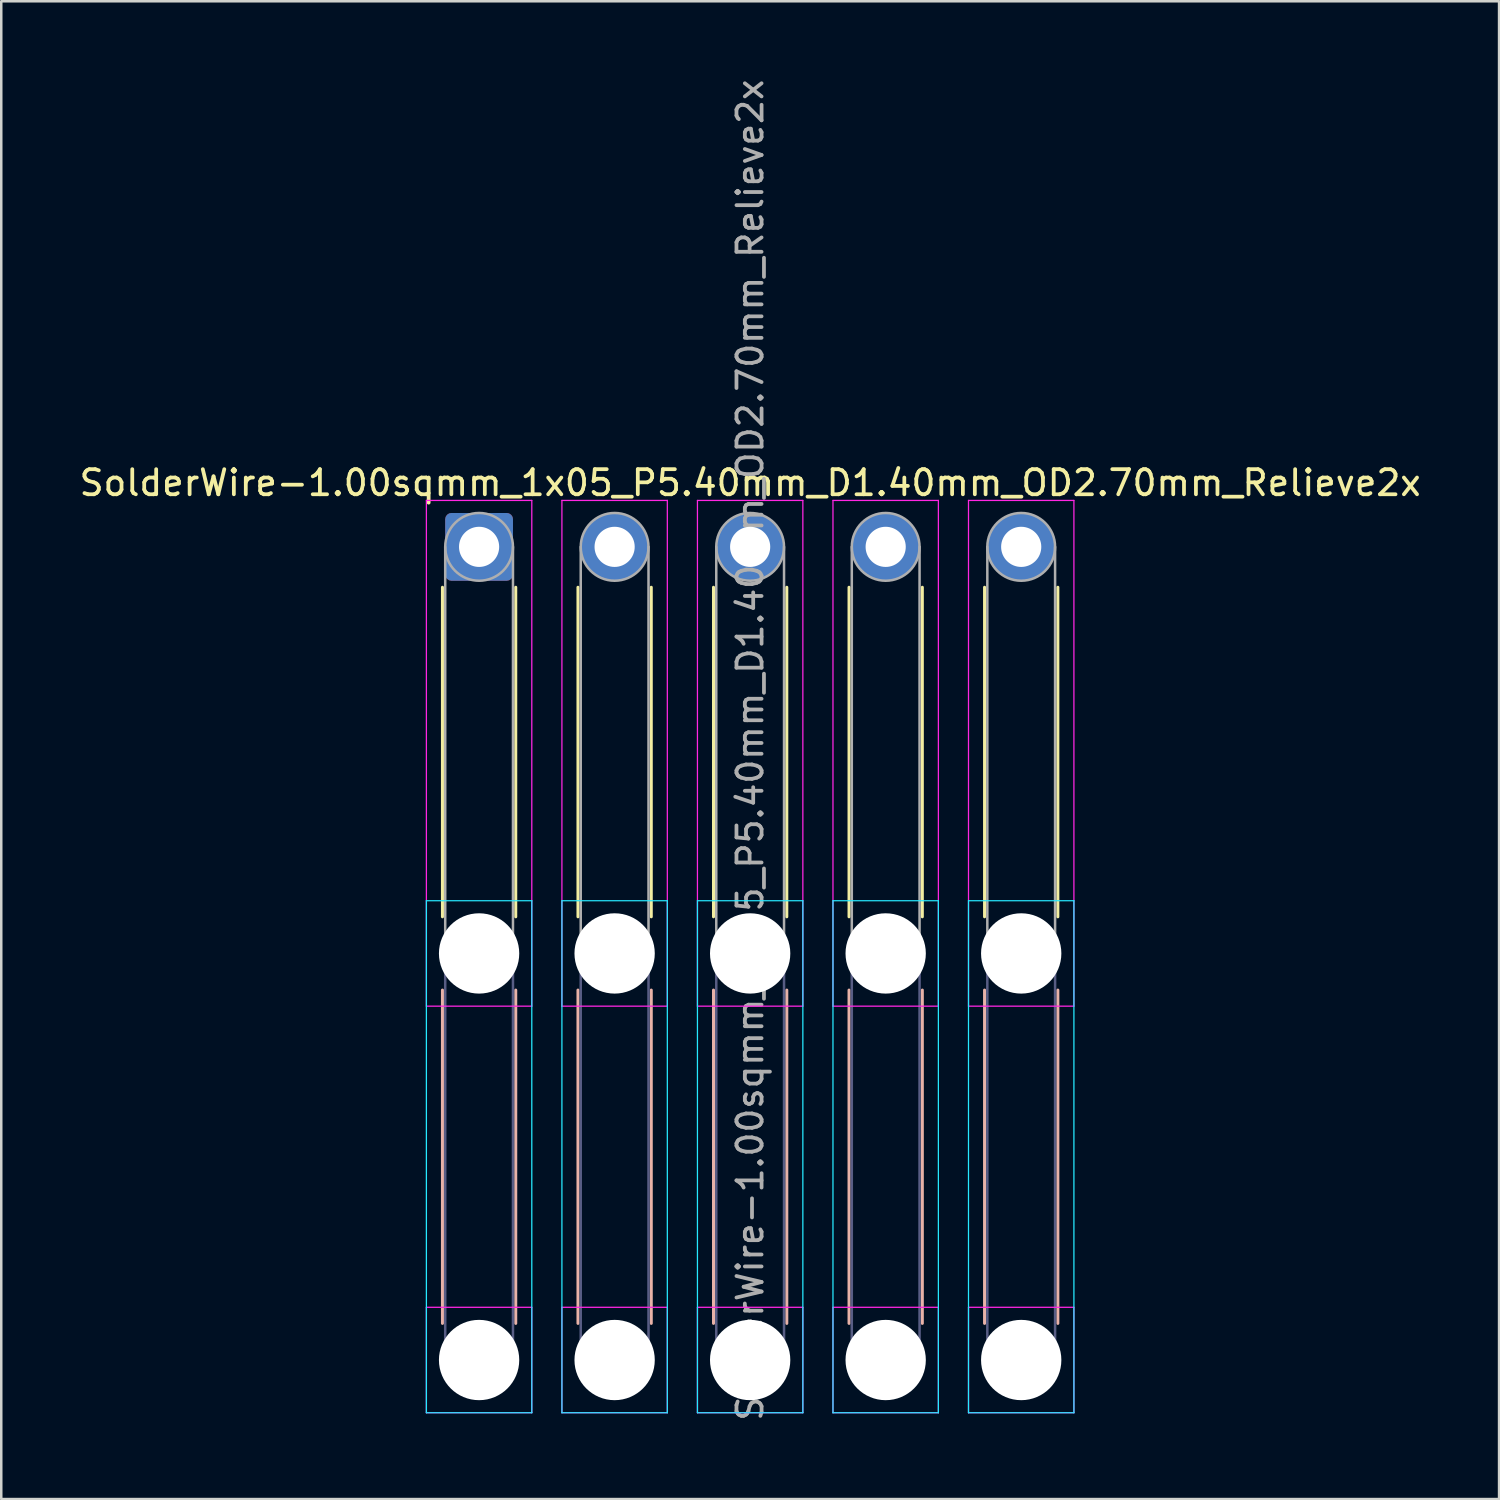
<source format=kicad_pcb>
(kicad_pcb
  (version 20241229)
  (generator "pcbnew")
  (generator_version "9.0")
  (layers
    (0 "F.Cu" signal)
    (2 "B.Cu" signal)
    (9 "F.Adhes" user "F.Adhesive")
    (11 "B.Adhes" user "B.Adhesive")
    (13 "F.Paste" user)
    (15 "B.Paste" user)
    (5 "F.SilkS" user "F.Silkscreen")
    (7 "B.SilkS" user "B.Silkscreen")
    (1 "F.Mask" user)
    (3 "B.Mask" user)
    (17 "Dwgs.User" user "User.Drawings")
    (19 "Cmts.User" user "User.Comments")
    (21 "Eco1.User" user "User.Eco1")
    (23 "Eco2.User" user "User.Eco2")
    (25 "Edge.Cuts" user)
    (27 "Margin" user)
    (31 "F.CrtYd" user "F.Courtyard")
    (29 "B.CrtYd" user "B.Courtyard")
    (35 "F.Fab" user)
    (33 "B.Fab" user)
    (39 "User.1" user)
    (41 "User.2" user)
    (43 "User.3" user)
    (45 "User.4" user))
  (footprint "SolderWire-1.00sqmm_1x05_P5.40mm_D1.40mm_OD2.70mm_Relieve2x"
    (layer "F.Cu")
    (at 16.039 18.739)
    (property "Reference" "SolderWire-1.00sqmm_1x05_P5.40mm_D1.40mm_OD2.70mm_Relieve2x" (at 10.8 -2.55 0) (layer "F.SilkS") (effects (font (size 1 1) (thickness 0.15))))
    (attr exclude_from_pos_files exclude_from_bom)
    (fp_line (start -1.46 1.61) (end -1.46 14.74) (stroke (width 0.12) (type solid)) (layer "F.SilkS"))
    (fp_line (start 1.46 1.61) (end 1.46 14.74) (stroke (width 0.12) (type solid)) (layer "F.SilkS"))
    (fp_line (start 3.94 1.61) (end 3.94 14.74) (stroke (width 0.12) (type solid)) (layer "F.SilkS"))
    (fp_line (start 6.86 1.61) (end 6.86 14.74) (stroke (width 0.12) (type solid)) (layer "F.SilkS"))
    (fp_line (start 9.34 1.61) (end 9.34 14.74) (stroke (width 0.12) (type solid)) (layer "F.SilkS"))
    (fp_line (start 12.26 1.61) (end 12.26 14.74) (stroke (width 0.12) (type solid)) (layer "F.SilkS"))
    (fp_line (start 14.74 1.61) (end 14.74 14.74) (stroke (width 0.12) (type solid)) (layer "F.SilkS"))
    (fp_line (start 17.66 1.61) (end 17.66 14.74) (stroke (width 0.12) (type solid)) (layer "F.SilkS"))
    (fp_line (start 20.14 1.61) (end 20.14 14.74) (stroke (width 0.12) (type solid)) (layer "F.SilkS"))
    (fp_line (start 23.06 1.61) (end 23.06 14.74) (stroke (width 0.12) (type solid)) (layer "F.SilkS"))
    (fp_line (start -1.46 17.66) (end -1.46 30.94) (stroke (width 0.12) (type solid)) (layer "B.SilkS"))
    (fp_line (start 1.46 17.66) (end 1.46 30.94) (stroke (width 0.12) (type solid)) (layer "B.SilkS"))
    (fp_line (start 3.94 17.66) (end 3.94 30.94) (stroke (width 0.12) (type solid)) (layer "B.SilkS"))
    (fp_line (start 6.86 17.66) (end 6.86 30.94) (stroke (width 0.12) (type solid)) (layer "B.SilkS"))
    (fp_line (start 9.34 17.66) (end 9.34 30.94) (stroke (width 0.12) (type solid)) (layer "B.SilkS"))
    (fp_line (start 12.26 17.66) (end 12.26 30.94) (stroke (width 0.12) (type solid)) (layer "B.SilkS"))
    (fp_line (start 14.74 17.66) (end 14.74 30.94) (stroke (width 0.12) (type solid)) (layer "B.SilkS"))
    (fp_line (start 17.66 17.66) (end 17.66 30.94) (stroke (width 0.12) (type solid)) (layer "B.SilkS"))
    (fp_line (start 20.14 17.66) (end 20.14 30.94) (stroke (width 0.12) (type solid)) (layer "B.SilkS"))
    (fp_line (start 23.06 17.66) (end 23.06 30.94) (stroke (width 0.12) (type solid)) (layer "B.SilkS"))
    (fp_line (start -2.1 14.1) (end -2.1 34.5) (stroke (width 0.05) (type solid)) (layer "B.CrtYd"))
    (fp_line (start -2.1 34.5) (end 2.1 34.5) (stroke (width 0.05) (type solid)) (layer "B.CrtYd"))
    (fp_line (start 2.1 14.1) (end -2.1 14.1) (stroke (width 0.05) (type solid)) (layer "B.CrtYd"))
    (fp_line (start 2.1 34.5) (end 2.1 14.1) (stroke (width 0.05) (type solid)) (layer "B.CrtYd"))
    (fp_line (start 3.3 14.1) (end 3.3 34.5) (stroke (width 0.05) (type solid)) (layer "B.CrtYd"))
    (fp_line (start 3.3 34.5) (end 7.5 34.5) (stroke (width 0.05) (type solid)) (layer "B.CrtYd"))
    (fp_line (start 7.5 14.1) (end 3.3 14.1) (stroke (width 0.05) (type solid)) (layer "B.CrtYd"))
    (fp_line (start 7.5 34.5) (end 7.5 14.1) (stroke (width 0.05) (type solid)) (layer "B.CrtYd"))
    (fp_line (start 8.7 14.1) (end 8.7 34.5) (stroke (width 0.05) (type solid)) (layer "B.CrtYd"))
    (fp_line (start 8.7 34.5) (end 12.9 34.5) (stroke (width 0.05) (type solid)) (layer "B.CrtYd"))
    (fp_line (start 12.9 14.1) (end 8.7 14.1) (stroke (width 0.05) (type solid)) (layer "B.CrtYd"))
    (fp_line (start 12.9 34.5) (end 12.9 14.1) (stroke (width 0.05) (type solid)) (layer "B.CrtYd"))
    (fp_line (start 14.1 14.1) (end 14.1 34.5) (stroke (width 0.05) (type solid)) (layer "B.CrtYd"))
    (fp_line (start 14.1 34.5) (end 18.3 34.5) (stroke (width 0.05) (type solid)) (layer "B.CrtYd"))
    (fp_line (start 18.3 14.1) (end 14.1 14.1) (stroke (width 0.05) (type solid)) (layer "B.CrtYd"))
    (fp_line (start 18.3 34.5) (end 18.3 14.1) (stroke (width 0.05) (type solid)) (layer "B.CrtYd"))
    (fp_line (start 19.5 14.1) (end 19.5 34.5) (stroke (width 0.05) (type solid)) (layer "B.CrtYd"))
    (fp_line (start 19.5 34.5) (end 23.7 34.5) (stroke (width 0.05) (type solid)) (layer "B.CrtYd"))
    (fp_line (start 23.7 14.1) (end 19.5 14.1) (stroke (width 0.05) (type solid)) (layer "B.CrtYd"))
    (fp_line (start 23.7 34.5) (end 23.7 14.1) (stroke (width 0.05) (type solid)) (layer "B.CrtYd"))
    (fp_line (start -2.1 -1.85) (end -2.1 18.3) (stroke (width 0.05) (type solid)) (layer "F.CrtYd"))
    (fp_line (start -2.1 18.3) (end 2.1 18.3) (stroke (width 0.05) (type solid)) (layer "F.CrtYd"))
    (fp_line (start -2.1 30.3) (end -2.1 34.5) (stroke (width 0.05) (type solid)) (layer "F.CrtYd"))
    (fp_line (start -2.1 34.5) (end 2.1 34.5) (stroke (width 0.05) (type solid)) (layer "F.CrtYd"))
    (fp_line (start 2.1 -1.85) (end -2.1 -1.85) (stroke (width 0.05) (type solid)) (layer "F.CrtYd"))
    (fp_line (start 2.1 18.3) (end 2.1 -1.85) (stroke (width 0.05) (type solid)) (layer "F.CrtYd"))
    (fp_line (start 2.1 30.3) (end -2.1 30.3) (stroke (width 0.05) (type solid)) (layer "F.CrtYd"))
    (fp_line (start 2.1 34.5) (end 2.1 30.3) (stroke (width 0.05) (type solid)) (layer "F.CrtYd"))
    (fp_line (start 3.3 -1.85) (end 3.3 18.3) (stroke (width 0.05) (type solid)) (layer "F.CrtYd"))
    (fp_line (start 3.3 18.3) (end 7.5 18.3) (stroke (width 0.05) (type solid)) (layer "F.CrtYd"))
    (fp_line (start 3.3 30.3) (end 3.3 34.5) (stroke (width 0.05) (type solid)) (layer "F.CrtYd"))
    (fp_line (start 3.3 34.5) (end 7.5 34.5) (stroke (width 0.05) (type solid)) (layer "F.CrtYd"))
    (fp_line (start 7.5 -1.85) (end 3.3 -1.85) (stroke (width 0.05) (type solid)) (layer "F.CrtYd"))
    (fp_line (start 7.5 18.3) (end 7.5 -1.85) (stroke (width 0.05) (type solid)) (layer "F.CrtYd"))
    (fp_line (start 7.5 30.3) (end 3.3 30.3) (stroke (width 0.05) (type solid)) (layer "F.CrtYd"))
    (fp_line (start 7.5 34.5) (end 7.5 30.3) (stroke (width 0.05) (type solid)) (layer "F.CrtYd"))
    (fp_line (start 8.7 -1.85) (end 8.7 18.3) (stroke (width 0.05) (type solid)) (layer "F.CrtYd"))
    (fp_line (start 8.7 18.3) (end 12.9 18.3) (stroke (width 0.05) (type solid)) (layer "F.CrtYd"))
    (fp_line (start 8.7 30.3) (end 8.7 34.5) (stroke (width 0.05) (type solid)) (layer "F.CrtYd"))
    (fp_line (start 8.7 34.5) (end 12.9 34.5) (stroke (width 0.05) (type solid)) (layer "F.CrtYd"))
    (fp_line (start 12.9 -1.85) (end 8.7 -1.85) (stroke (width 0.05) (type solid)) (layer "F.CrtYd"))
    (fp_line (start 12.9 18.3) (end 12.9 -1.85) (stroke (width 0.05) (type solid)) (layer "F.CrtYd"))
    (fp_line (start 12.9 30.3) (end 8.7 30.3) (stroke (width 0.05) (type solid)) (layer "F.CrtYd"))
    (fp_line (start 12.9 34.5) (end 12.9 30.3) (stroke (width 0.05) (type solid)) (layer "F.CrtYd"))
    (fp_line (start 14.1 -1.85) (end 14.1 18.3) (stroke (width 0.05) (type solid)) (layer "F.CrtYd"))
    (fp_line (start 14.1 18.3) (end 18.3 18.3) (stroke (width 0.05) (type solid)) (layer "F.CrtYd"))
    (fp_line (start 14.1 30.3) (end 14.1 34.5) (stroke (width 0.05) (type solid)) (layer "F.CrtYd"))
    (fp_line (start 14.1 34.5) (end 18.3 34.5) (stroke (width 0.05) (type solid)) (layer "F.CrtYd"))
    (fp_line (start 18.3 -1.85) (end 14.1 -1.85) (stroke (width 0.05) (type solid)) (layer "F.CrtYd"))
    (fp_line (start 18.3 18.3) (end 18.3 -1.85) (stroke (width 0.05) (type solid)) (layer "F.CrtYd"))
    (fp_line (start 18.3 30.3) (end 14.1 30.3) (stroke (width 0.05) (type solid)) (layer "F.CrtYd"))
    (fp_line (start 18.3 34.5) (end 18.3 30.3) (stroke (width 0.05) (type solid)) (layer "F.CrtYd"))
    (fp_line (start 19.5 -1.85) (end 19.5 18.3) (stroke (width 0.05) (type solid)) (layer "F.CrtYd"))
    (fp_line (start 19.5 18.3) (end 23.7 18.3) (stroke (width 0.05) (type solid)) (layer "F.CrtYd"))
    (fp_line (start 19.5 30.3) (end 19.5 34.5) (stroke (width 0.05) (type solid)) (layer "F.CrtYd"))
    (fp_line (start 19.5 34.5) (end 23.7 34.5) (stroke (width 0.05) (type solid)) (layer "F.CrtYd"))
    (fp_line (start 23.7 -1.85) (end 19.5 -1.85) (stroke (width 0.05) (type solid)) (layer "F.CrtYd"))
    (fp_line (start 23.7 18.3) (end 23.7 -1.85) (stroke (width 0.05) (type solid)) (layer "F.CrtYd"))
    (fp_line (start 23.7 30.3) (end 19.5 30.3) (stroke (width 0.05) (type solid)) (layer "F.CrtYd"))
    (fp_line (start 23.7 34.5) (end 23.7 30.3) (stroke (width 0.05) (type solid)) (layer "F.CrtYd"))
    (fp_line (start -1.35 16.2) (end -1.35 32.4) (stroke (width 0.1) (type solid)) (layer "B.Fab"))
    (fp_line (start 1.35 16.2) (end 1.35 32.4) (stroke (width 0.1) (type solid)) (layer "B.Fab"))
    (fp_line (start 4.05 16.2) (end 4.05 32.4) (stroke (width 0.1) (type solid)) (layer "B.Fab"))
    (fp_line (start 6.75 16.2) (end 6.75 32.4) (stroke (width 0.1) (type solid)) (layer "B.Fab"))
    (fp_line (start 9.45 16.2) (end 9.45 32.4) (stroke (width 0.1) (type solid)) (layer "B.Fab"))
    (fp_line (start 12.15 16.2) (end 12.15 32.4) (stroke (width 0.1) (type solid)) (layer "B.Fab"))
    (fp_line (start 14.85 16.2) (end 14.85 32.4) (stroke (width 0.1) (type solid)) (layer "B.Fab"))
    (fp_line (start 17.55 16.2) (end 17.55 32.4) (stroke (width 0.1) (type solid)) (layer "B.Fab"))
    (fp_line (start 20.25 16.2) (end 20.25 32.4) (stroke (width 0.1) (type solid)) (layer "B.Fab"))
    (fp_line (start 22.95 16.2) (end 22.95 32.4) (stroke (width 0.1) (type solid)) (layer "B.Fab"))
    (fp_circle (center 0 16.2) (end 1.35 16.2) (stroke (width 0.1) (type solid)) (fill no) (layer "B.Fab"))
    (fp_circle (center 0 32.4) (end 1.35 32.4) (stroke (width 0.1) (type solid)) (fill no) (layer "B.Fab"))
    (fp_circle (center 5.4 16.2) (end 6.75 16.2) (stroke (width 0.1) (type solid)) (fill no) (layer "B.Fab"))
    (fp_circle (center 5.4 32.4) (end 6.75 32.4) (stroke (width 0.1) (type solid)) (fill no) (layer "B.Fab"))
    (fp_circle (center 10.8 16.2) (end 12.15 16.2) (stroke (width 0.1) (type solid)) (fill no) (layer "B.Fab"))
    (fp_circle (center 10.8 32.4) (end 12.15 32.4) (stroke (width 0.1) (type solid)) (fill no) (layer "B.Fab"))
    (fp_circle (center 16.2 16.2) (end 17.55 16.2) (stroke (width 0.1) (type solid)) (fill no) (layer "B.Fab"))
    (fp_circle (center 16.2 32.4) (end 17.55 32.4) (stroke (width 0.1) (type solid)) (fill no) (layer "B.Fab"))
    (fp_circle (center 21.6 16.2) (end 22.95 16.2) (stroke (width 0.1) (type solid)) (fill no) (layer "B.Fab"))
    (fp_circle (center 21.6 32.4) (end 22.95 32.4) (stroke (width 0.1) (type solid)) (fill no) (layer "B.Fab"))
    (fp_line (start -1.35 0) (end -1.35 16.2) (stroke (width 0.1) (type solid)) (layer "F.Fab"))
    (fp_line (start 1.35 0) (end 1.35 16.2) (stroke (width 0.1) (type solid)) (layer "F.Fab"))
    (fp_line (start 4.05 0) (end 4.05 16.2) (stroke (width 0.1) (type solid)) (layer "F.Fab"))
    (fp_line (start 6.75 0) (end 6.75 16.2) (stroke (width 0.1) (type solid)) (layer "F.Fab"))
    (fp_line (start 9.45 0) (end 9.45 16.2) (stroke (width 0.1) (type solid)) (layer "F.Fab"))
    (fp_line (start 12.15 0) (end 12.15 16.2) (stroke (width 0.1) (type solid)) (layer "F.Fab"))
    (fp_line (start 14.85 0) (end 14.85 16.2) (stroke (width 0.1) (type solid)) (layer "F.Fab"))
    (fp_line (start 17.55 0) (end 17.55 16.2) (stroke (width 0.1) (type solid)) (layer "F.Fab"))
    (fp_line (start 20.25 0) (end 20.25 16.2) (stroke (width 0.1) (type solid)) (layer "F.Fab"))
    (fp_line (start 22.95 0) (end 22.95 16.2) (stroke (width 0.1) (type solid)) (layer "F.Fab"))
    (fp_circle (center 0 0) (end 1.35 0) (stroke (width 0.1) (type solid)) (fill no) (layer "F.Fab"))
    (fp_circle (center 0 16.2) (end 1.35 16.2) (stroke (width 0.1) (type solid)) (fill no) (layer "F.Fab"))
    (fp_circle (center 0 32.4) (end 1.35 32.4) (stroke (width 0.1) (type solid)) (fill no) (layer "F.Fab"))
    (fp_circle (center 5.4 0) (end 6.75 0) (stroke (width 0.1) (type solid)) (fill no) (layer "F.Fab"))
    (fp_circle (center 5.4 16.2) (end 6.75 16.2) (stroke (width 0.1) (type solid)) (fill no) (layer "F.Fab"))
    (fp_circle (center 5.4 32.4) (end 6.75 32.4) (stroke (width 0.1) (type solid)) (fill no) (layer "F.Fab"))
    (fp_circle (center 10.8 0) (end 12.15 0) (stroke (width 0.1) (type solid)) (fill no) (layer "F.Fab"))
    (fp_circle (center 10.8 16.2) (end 12.15 16.2) (stroke (width 0.1) (type solid)) (fill no) (layer "F.Fab"))
    (fp_circle (center 10.8 32.4) (end 12.15 32.4) (stroke (width 0.1) (type solid)) (fill no) (layer "F.Fab"))
    (fp_circle (center 16.2 0) (end 17.55 0) (stroke (width 0.1) (type solid)) (fill no) (layer "F.Fab"))
    (fp_circle (center 16.2 16.2) (end 17.55 16.2) (stroke (width 0.1) (type solid)) (fill no) (layer "F.Fab"))
    (fp_circle (center 16.2 32.4) (end 17.55 32.4) (stroke (width 0.1) (type solid)) (fill no) (layer "F.Fab"))
    (fp_circle (center 21.6 0) (end 22.95 0) (stroke (width 0.1) (type solid)) (fill no) (layer "F.Fab"))
    (fp_circle (center 21.6 16.2) (end 22.95 16.2) (stroke (width 0.1) (type solid)) (fill no) (layer "F.Fab"))
    (fp_circle (center 21.6 32.4) (end 22.95 32.4) (stroke (width 0.1) (type solid)) (fill no) (layer "F.Fab"))
    (fp_text user "${REFERENCE}" (at 10.8 8.1 90) (layer "F.Fab") (effects (font (size 1 1) (thickness 0.15))))
    (pad "" np_thru_hole circle (at 0 16.2) (size 3.2 3.2) (drill 3.2) (layers "*.Cu" "*.Mask"))
    (pad "" np_thru_hole circle (at 0 32.4) (size 3.2 3.2) (drill 3.2) (layers "*.Cu" "*.Mask"))
    (pad "" np_thru_hole circle (at 5.4 16.2) (size 3.2 3.2) (drill 3.2) (layers "*.Cu" "*.Mask"))
    (pad "" np_thru_hole circle (at 5.4 32.4) (size 3.2 3.2) (drill 3.2) (layers "*.Cu" "*.Mask"))
    (pad "" np_thru_hole circle (at 10.8 16.2) (size 3.2 3.2) (drill 3.2) (layers "*.Cu" "*.Mask"))
    (pad "" np_thru_hole circle (at 10.8 32.4) (size 3.2 3.2) (drill 3.2) (layers "*.Cu" "*.Mask"))
    (pad "" np_thru_hole circle (at 16.2 16.2) (size 3.2 3.2) (drill 3.2) (layers "*.Cu" "*.Mask"))
    (pad "" np_thru_hole circle (at 16.2 32.4) (size 3.2 3.2) (drill 3.2) (layers "*.Cu" "*.Mask"))
    (pad "" np_thru_hole circle (at 21.6 16.2) (size 3.2 3.2) (drill 3.2) (layers "*.Cu" "*.Mask"))
    (pad "" np_thru_hole circle (at 21.6 32.4) (size 3.2 3.2) (drill 3.2) (layers "*.Cu" "*.Mask"))
    (pad "1" thru_hole roundrect (at 0 0) (size 2.7 2.7) (drill 1.6) (layers "*.Cu" "*.Mask") (roundrect_rratio 0.093))
    (pad "2" thru_hole circle (at 5.4 0) (size 2.7 2.7) (drill 1.6) (layers "*.Cu" "*.Mask"))
    (pad "3" thru_hole circle (at 10.8 0) (size 2.7 2.7) (drill 1.6) (layers "*.Cu" "*.Mask"))
    (pad "4" thru_hole circle (at 16.2 0) (size 2.7 2.7) (drill 1.6) (layers "*.Cu" "*.Mask"))
    (pad "5" thru_hole circle (at 21.6 0) (size 2.7 2.7) (drill 1.6) (layers "*.Cu" "*.Mask")))
  (gr_rect
    (start -3 -3)
    (end 56.679 56.679)
    (stroke (width 0.1) (type default))
    (fill no)
    (layer "Edge.Cuts")))
</source>
